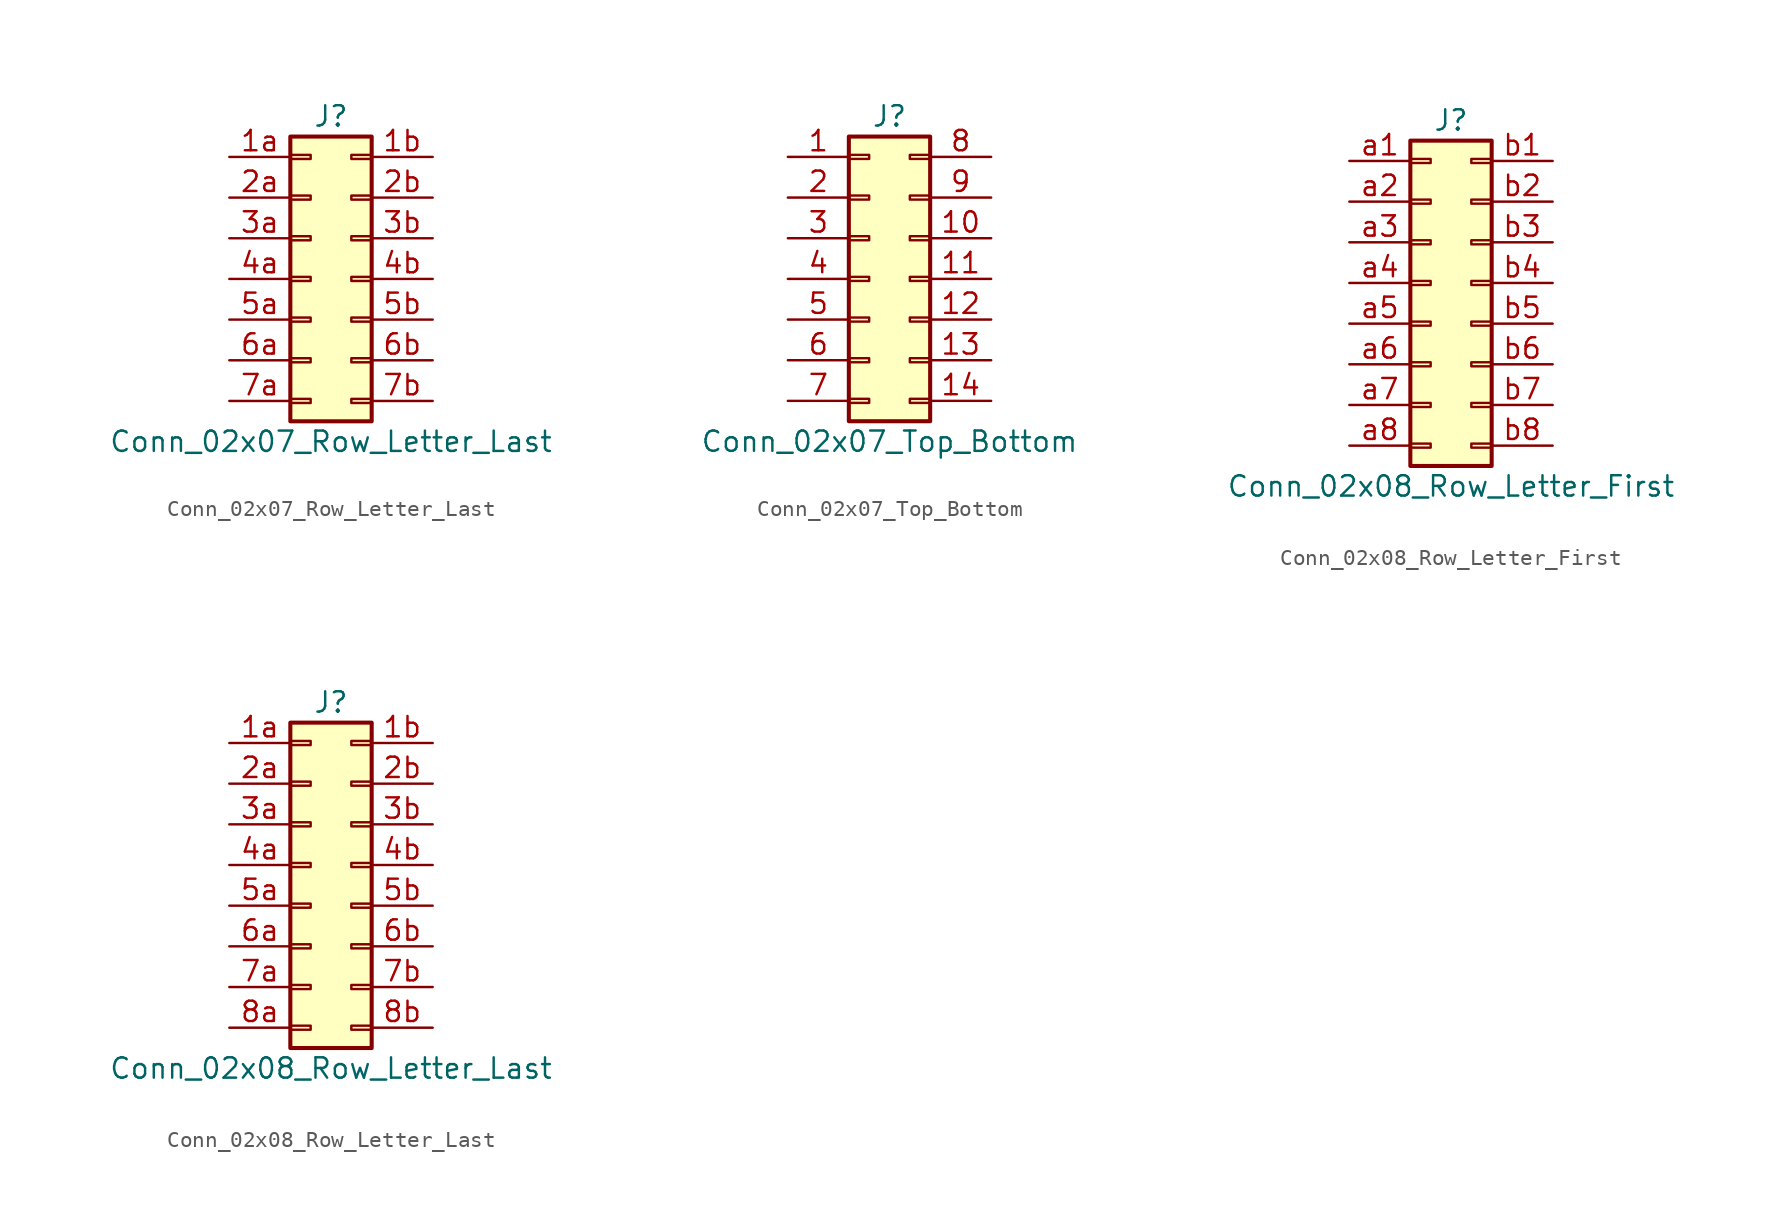
<source format=kicad_sym>
(kicad_symbol_lib
  (version 20220914)
  (generator kicad_symbol_editor)
  (symbol "Conn_02x07_Row_Letter_Last"
    (pin_names
      (offset 1.016) hide)
    (property "Reference" "J"
      (at 1.27 10.16 0)
      (effects (font (size 1.27 1.27))))
    (property "Value" "Conn_02x07_Row_Letter_Last"
      (at 1.27 -10.16 0)
      (effects (font (size 1.27 1.27))))
    (symbol "Conn_02x07_Row_Letter_Last_1_1"
      (rectangle (start -1.27 -7.493) (end 0 -7.747) (stroke (width 0.152) (type solid)) (fill (type none)))
      (rectangle (start -1.27 -4.953) (end 0 -5.207) (stroke (width 0.152) (type solid)) (fill (type none)))
      (rectangle (start -1.27 -2.413) (end 0 -2.667) (stroke (width 0.152) (type solid)) (fill (type none)))
      (rectangle (start -1.27 0.127) (end 0 -0.127) (stroke (width 0.152) (type solid)) (fill (type none)))
      (rectangle (start -1.27 2.667) (end 0 2.413) (stroke (width 0.152) (type solid)) (fill (type none)))
      (rectangle (start -1.27 5.207) (end 0 4.953) (stroke (width 0.152) (type solid)) (fill (type none)))
      (rectangle (start -1.27 7.747) (end 0 7.493) (stroke (width 0.152) (type solid)) (fill (type none)))
      (rectangle (start -1.27 8.89) (end 3.81 -8.89) (stroke (width 0.254) (type solid)) (fill (type background)))
      (rectangle (start 3.81 -7.493) (end 2.54 -7.747) (stroke (width 0.152) (type solid)) (fill (type none)))
      (rectangle (start 3.81 -4.953) (end 2.54 -5.207) (stroke (width 0.152) (type solid)) (fill (type none)))
      (rectangle (start 3.81 -2.413) (end 2.54 -2.667) (stroke (width 0.152) (type solid)) (fill (type none)))
      (rectangle (start 3.81 0.127) (end 2.54 -0.127) (stroke (width 0.152) (type solid)) (fill (type none)))
      (rectangle (start 3.81 2.667) (end 2.54 2.413) (stroke (width 0.152) (type solid)) (fill (type none)))
      (rectangle (start 3.81 5.207) (end 2.54 4.953) (stroke (width 0.152) (type solid)) (fill (type none)))
      (rectangle (start 3.81 7.747) (end 2.54 7.493) (stroke (width 0.152) (type solid)) (fill (type none)))
      (pin passive line (at -5.08 7.62 0) (length 3.81) (name "Pin_1a" (effects (font (size 1.27 1.27)))) (number "1a" (effects (font (size 1.27 1.27)))))
      (pin passive line (at 7.62 7.62 180) (length 3.81) (name "Pin_1b" (effects (font (size 1.27 1.27)))) (number "1b" (effects (font (size 1.27 1.27)))))
      (pin passive line (at -5.08 5.08 0) (length 3.81) (name "Pin_2a" (effects (font (size 1.27 1.27)))) (number "2a" (effects (font (size 1.27 1.27)))))
      (pin passive line (at 7.62 5.08 180) (length 3.81) (name "Pin_2b" (effects (font (size 1.27 1.27)))) (number "2b" (effects (font (size 1.27 1.27)))))
      (pin passive line (at -5.08 2.54 0) (length 3.81) (name "Pin_3a" (effects (font (size 1.27 1.27)))) (number "3a" (effects (font (size 1.27 1.27)))))
      (pin passive line (at 7.62 2.54 180) (length 3.81) (name "Pin_3b" (effects (font (size 1.27 1.27)))) (number "3b" (effects (font (size 1.27 1.27)))))
      (pin passive line (at -5.08 0 0) (length 3.81) (name "Pin_4a" (effects (font (size 1.27 1.27)))) (number "4a" (effects (font (size 1.27 1.27)))))
      (pin passive line (at 7.62 0 180) (length 3.81) (name "Pin_4b" (effects (font (size 1.27 1.27)))) (number "4b" (effects (font (size 1.27 1.27)))))
      (pin passive line (at -5.08 -2.54 0) (length 3.81) (name "Pin_5a" (effects (font (size 1.27 1.27)))) (number "5a" (effects (font (size 1.27 1.27)))))
      (pin passive line (at 7.62 -2.54 180) (length 3.81) (name "Pin_5b" (effects (font (size 1.27 1.27)))) (number "5b" (effects (font (size 1.27 1.27)))))
      (pin passive line (at -5.08 -5.08 0) (length 3.81) (name "Pin_6a" (effects (font (size 1.27 1.27)))) (number "6a" (effects (font (size 1.27 1.27)))))
      (pin passive line (at 7.62 -5.08 180) (length 3.81) (name "Pin_6b" (effects (font (size 1.27 1.27)))) (number "6b" (effects (font (size 1.27 1.27)))))
      (pin passive line (at -5.08 -7.62 0) (length 3.81) (name "Pin_7a" (effects (font (size 1.27 1.27)))) (number "7a" (effects (font (size 1.27 1.27)))))
      (pin passive line (at 7.62 -7.62 180) (length 3.81) (name "Pin_7b" (effects (font (size 1.27 1.27)))) (number "7b" (effects (font (size 1.27 1.27)))))))
  (symbol "Conn_02x07_Top_Bottom"
    (pin_names
      (offset 1.016) hide)
    (property "Reference" "J"
      (at 1.27 10.16 0)
      (effects (font (size 1.27 1.27))))
    (property "Value" "Conn_02x07_Top_Bottom"
      (at 1.27 -10.16 0)
      (effects (font (size 1.27 1.27))))
    (symbol "Conn_02x07_Top_Bottom_1_1"
      (rectangle (start -1.27 -7.493) (end 0 -7.747) (stroke (width 0.152) (type solid)) (fill (type none)))
      (rectangle (start -1.27 -4.953) (end 0 -5.207) (stroke (width 0.152) (type solid)) (fill (type none)))
      (rectangle (start -1.27 -2.413) (end 0 -2.667) (stroke (width 0.152) (type solid)) (fill (type none)))
      (rectangle (start -1.27 0.127) (end 0 -0.127) (stroke (width 0.152) (type solid)) (fill (type none)))
      (rectangle (start -1.27 2.667) (end 0 2.413) (stroke (width 0.152) (type solid)) (fill (type none)))
      (rectangle (start -1.27 5.207) (end 0 4.953) (stroke (width 0.152) (type solid)) (fill (type none)))
      (rectangle (start -1.27 7.747) (end 0 7.493) (stroke (width 0.152) (type solid)) (fill (type none)))
      (rectangle (start -1.27 8.89) (end 3.81 -8.89) (stroke (width 0.254) (type solid)) (fill (type background)))
      (rectangle (start 3.81 -7.493) (end 2.54 -7.747) (stroke (width 0.152) (type solid)) (fill (type none)))
      (rectangle (start 3.81 -4.953) (end 2.54 -5.207) (stroke (width 0.152) (type solid)) (fill (type none)))
      (rectangle (start 3.81 -2.413) (end 2.54 -2.667) (stroke (width 0.152) (type solid)) (fill (type none)))
      (rectangle (start 3.81 0.127) (end 2.54 -0.127) (stroke (width 0.152) (type solid)) (fill (type none)))
      (rectangle (start 3.81 2.667) (end 2.54 2.413) (stroke (width 0.152) (type solid)) (fill (type none)))
      (rectangle (start 3.81 5.207) (end 2.54 4.953) (stroke (width 0.152) (type solid)) (fill (type none)))
      (rectangle (start 3.81 7.747) (end 2.54 7.493) (stroke (width 0.152) (type solid)) (fill (type none)))
      (pin passive line (at -5.08 7.62 0) (length 3.81) (name "Pin_1" (effects (font (size 1.27 1.27)))) (number "1" (effects (font (size 1.27 1.27)))))
      (pin passive line (at 7.62 2.54 180) (length 3.81) (name "Pin_10" (effects (font (size 1.27 1.27)))) (number "10" (effects (font (size 1.27 1.27)))))
      (pin passive line (at 7.62 0 180) (length 3.81) (name "Pin_11" (effects (font (size 1.27 1.27)))) (number "11" (effects (font (size 1.27 1.27)))))
      (pin passive line (at 7.62 -2.54 180) (length 3.81) (name "Pin_12" (effects (font (size 1.27 1.27)))) (number "12" (effects (font (size 1.27 1.27)))))
      (pin passive line (at 7.62 -5.08 180) (length 3.81) (name "Pin_13" (effects (font (size 1.27 1.27)))) (number "13" (effects (font (size 1.27 1.27)))))
      (pin passive line (at 7.62 -7.62 180) (length 3.81) (name "Pin_14" (effects (font (size 1.27 1.27)))) (number "14" (effects (font (size 1.27 1.27)))))
      (pin passive line (at -5.08 5.08 0) (length 3.81) (name "Pin_2" (effects (font (size 1.27 1.27)))) (number "2" (effects (font (size 1.27 1.27)))))
      (pin passive line (at -5.08 2.54 0) (length 3.81) (name "Pin_3" (effects (font (size 1.27 1.27)))) (number "3" (effects (font (size 1.27 1.27)))))
      (pin passive line (at -5.08 0 0) (length 3.81) (name "Pin_4" (effects (font (size 1.27 1.27)))) (number "4" (effects (font (size 1.27 1.27)))))
      (pin passive line (at -5.08 -2.54 0) (length 3.81) (name "Pin_5" (effects (font (size 1.27 1.27)))) (number "5" (effects (font (size 1.27 1.27)))))
      (pin passive line (at -5.08 -5.08 0) (length 3.81) (name "Pin_6" (effects (font (size 1.27 1.27)))) (number "6" (effects (font (size 1.27 1.27)))))
      (pin passive line (at -5.08 -7.62 0) (length 3.81) (name "Pin_7" (effects (font (size 1.27 1.27)))) (number "7" (effects (font (size 1.27 1.27)))))
      (pin passive line (at 7.62 7.62 180) (length 3.81) (name "Pin_8" (effects (font (size 1.27 1.27)))) (number "8" (effects (font (size 1.27 1.27)))))
      (pin passive line (at 7.62 5.08 180) (length 3.81) (name "Pin_9" (effects (font (size 1.27 1.27)))) (number "9" (effects (font (size 1.27 1.27)))))))
  (symbol "Conn_02x08_Row_Letter_First"
    (pin_names
      (offset 1.016) hide)
    (property "Reference" "J"
      (at 1.27 10.16 0)
      (effects (font (size 1.27 1.27))))
    (property "Value" "Conn_02x08_Row_Letter_First"
      (at 1.27 -12.7 0)
      (effects (font (size 1.27 1.27))))
    (symbol "Conn_02x08_Row_Letter_First_1_1"
      (rectangle (start -1.27 -10.033) (end 0 -10.287) (stroke (width 0.152) (type solid)) (fill (type none)))
      (rectangle (start -1.27 -7.493) (end 0 -7.747) (stroke (width 0.152) (type solid)) (fill (type none)))
      (rectangle (start -1.27 -4.953) (end 0 -5.207) (stroke (width 0.152) (type solid)) (fill (type none)))
      (rectangle (start -1.27 -2.413) (end 0 -2.667) (stroke (width 0.152) (type solid)) (fill (type none)))
      (rectangle (start -1.27 0.127) (end 0 -0.127) (stroke (width 0.152) (type solid)) (fill (type none)))
      (rectangle (start -1.27 2.667) (end 0 2.413) (stroke (width 0.152) (type solid)) (fill (type none)))
      (rectangle (start -1.27 5.207) (end 0 4.953) (stroke (width 0.152) (type solid)) (fill (type none)))
      (rectangle (start -1.27 7.747) (end 0 7.493) (stroke (width 0.152) (type solid)) (fill (type none)))
      (rectangle (start -1.27 8.89) (end 3.81 -11.43) (stroke (width 0.254) (type solid)) (fill (type background)))
      (rectangle (start 3.81 -10.033) (end 2.54 -10.287) (stroke (width 0.152) (type solid)) (fill (type none)))
      (rectangle (start 3.81 -7.493) (end 2.54 -7.747) (stroke (width 0.152) (type solid)) (fill (type none)))
      (rectangle (start 3.81 -4.953) (end 2.54 -5.207) (stroke (width 0.152) (type solid)) (fill (type none)))
      (rectangle (start 3.81 -2.413) (end 2.54 -2.667) (stroke (width 0.152) (type solid)) (fill (type none)))
      (rectangle (start 3.81 0.127) (end 2.54 -0.127) (stroke (width 0.152) (type solid)) (fill (type none)))
      (rectangle (start 3.81 2.667) (end 2.54 2.413) (stroke (width 0.152) (type solid)) (fill (type none)))
      (rectangle (start 3.81 5.207) (end 2.54 4.953) (stroke (width 0.152) (type solid)) (fill (type none)))
      (rectangle (start 3.81 7.747) (end 2.54 7.493) (stroke (width 0.152) (type solid)) (fill (type none)))
      (pin passive line (at -5.08 7.62 0) (length 3.81) (name "Pin_a1" (effects (font (size 1.27 1.27)))) (number "a1" (effects (font (size 1.27 1.27)))))
      (pin passive line (at -5.08 5.08 0) (length 3.81) (name "Pin_a2" (effects (font (size 1.27 1.27)))) (number "a2" (effects (font (size 1.27 1.27)))))
      (pin passive line (at -5.08 2.54 0) (length 3.81) (name "Pin_a3" (effects (font (size 1.27 1.27)))) (number "a3" (effects (font (size 1.27 1.27)))))
      (pin passive line (at -5.08 0 0) (length 3.81) (name "Pin_a4" (effects (font (size 1.27 1.27)))) (number "a4" (effects (font (size 1.27 1.27)))))
      (pin passive line (at -5.08 -2.54 0) (length 3.81) (name "Pin_a5" (effects (font (size 1.27 1.27)))) (number "a5" (effects (font (size 1.27 1.27)))))
      (pin passive line (at -5.08 -5.08 0) (length 3.81) (name "Pin_a6" (effects (font (size 1.27 1.27)))) (number "a6" (effects (font (size 1.27 1.27)))))
      (pin passive line (at -5.08 -7.62 0) (length 3.81) (name "Pin_a7" (effects (font (size 1.27 1.27)))) (number "a7" (effects (font (size 1.27 1.27)))))
      (pin passive line (at -5.08 -10.16 0) (length 3.81) (name "Pin_a8" (effects (font (size 1.27 1.27)))) (number "a8" (effects (font (size 1.27 1.27)))))
      (pin passive line (at 7.62 7.62 180) (length 3.81) (name "Pin_b1" (effects (font (size 1.27 1.27)))) (number "b1" (effects (font (size 1.27 1.27)))))
      (pin passive line (at 7.62 5.08 180) (length 3.81) (name "Pin_b2" (effects (font (size 1.27 1.27)))) (number "b2" (effects (font (size 1.27 1.27)))))
      (pin passive line (at 7.62 2.54 180) (length 3.81) (name "Pin_b3" (effects (font (size 1.27 1.27)))) (number "b3" (effects (font (size 1.27 1.27)))))
      (pin passive line (at 7.62 0 180) (length 3.81) (name "Pin_b4" (effects (font (size 1.27 1.27)))) (number "b4" (effects (font (size 1.27 1.27)))))
      (pin passive line (at 7.62 -2.54 180) (length 3.81) (name "Pin_b5" (effects (font (size 1.27 1.27)))) (number "b5" (effects (font (size 1.27 1.27)))))
      (pin passive line (at 7.62 -5.08 180) (length 3.81) (name "Pin_b6" (effects (font (size 1.27 1.27)))) (number "b6" (effects (font (size 1.27 1.27)))))
      (pin passive line (at 7.62 -7.62 180) (length 3.81) (name "Pin_b7" (effects (font (size 1.27 1.27)))) (number "b7" (effects (font (size 1.27 1.27)))))
      (pin passive line (at 7.62 -10.16 180) (length 3.81) (name "Pin_b8" (effects (font (size 1.27 1.27)))) (number "b8" (effects (font (size 1.27 1.27)))))))
  (symbol "Conn_02x08_Row_Letter_Last"
    (pin_names
      (offset 1.016) hide)
    (property "Reference" "J"
      (at 1.27 10.16 0)
      (effects (font (size 1.27 1.27))))
    (property "Value" "Conn_02x08_Row_Letter_Last"
      (at 1.27 -12.7 0)
      (effects (font (size 1.27 1.27))))
    (symbol "Conn_02x08_Row_Letter_Last_1_1"
      (rectangle (start -1.27 -10.033) (end 0 -10.287) (stroke (width 0.152) (type solid)) (fill (type none)))
      (rectangle (start -1.27 -7.493) (end 0 -7.747) (stroke (width 0.152) (type solid)) (fill (type none)))
      (rectangle (start -1.27 -4.953) (end 0 -5.207) (stroke (width 0.152) (type solid)) (fill (type none)))
      (rectangle (start -1.27 -2.413) (end 0 -2.667) (stroke (width 0.152) (type solid)) (fill (type none)))
      (rectangle (start -1.27 0.127) (end 0 -0.127) (stroke (width 0.152) (type solid)) (fill (type none)))
      (rectangle (start -1.27 2.667) (end 0 2.413) (stroke (width 0.152) (type solid)) (fill (type none)))
      (rectangle (start -1.27 5.207) (end 0 4.953) (stroke (width 0.152) (type solid)) (fill (type none)))
      (rectangle (start -1.27 7.747) (end 0 7.493) (stroke (width 0.152) (type solid)) (fill (type none)))
      (rectangle (start -1.27 8.89) (end 3.81 -11.43) (stroke (width 0.254) (type solid)) (fill (type background)))
      (rectangle (start 3.81 -10.033) (end 2.54 -10.287) (stroke (width 0.152) (type solid)) (fill (type none)))
      (rectangle (start 3.81 -7.493) (end 2.54 -7.747) (stroke (width 0.152) (type solid)) (fill (type none)))
      (rectangle (start 3.81 -4.953) (end 2.54 -5.207) (stroke (width 0.152) (type solid)) (fill (type none)))
      (rectangle (start 3.81 -2.413) (end 2.54 -2.667) (stroke (width 0.152) (type solid)) (fill (type none)))
      (rectangle (start 3.81 0.127) (end 2.54 -0.127) (stroke (width 0.152) (type solid)) (fill (type none)))
      (rectangle (start 3.81 2.667) (end 2.54 2.413) (stroke (width 0.152) (type solid)) (fill (type none)))
      (rectangle (start 3.81 5.207) (end 2.54 4.953) (stroke (width 0.152) (type solid)) (fill (type none)))
      (rectangle (start 3.81 7.747) (end 2.54 7.493) (stroke (width 0.152) (type solid)) (fill (type none)))
      (pin passive line (at -5.08 7.62 0) (length 3.81) (name "Pin_1a" (effects (font (size 1.27 1.27)))) (number "1a" (effects (font (size 1.27 1.27)))))
      (pin passive line (at 7.62 7.62 180) (length 3.81) (name "Pin_1b" (effects (font (size 1.27 1.27)))) (number "1b" (effects (font (size 1.27 1.27)))))
      (pin passive line (at -5.08 5.08 0) (length 3.81) (name "Pin_2a" (effects (font (size 1.27 1.27)))) (number "2a" (effects (font (size 1.27 1.27)))))
      (pin passive line (at 7.62 5.08 180) (length 3.81) (name "Pin_2b" (effects (font (size 1.27 1.27)))) (number "2b" (effects (font (size 1.27 1.27)))))
      (pin passive line (at -5.08 2.54 0) (length 3.81) (name "Pin_3a" (effects (font (size 1.27 1.27)))) (number "3a" (effects (font (size 1.27 1.27)))))
      (pin passive line (at 7.62 2.54 180) (length 3.81) (name "Pin_3b" (effects (font (size 1.27 1.27)))) (number "3b" (effects (font (size 1.27 1.27)))))
      (pin passive line (at -5.08 0 0) (length 3.81) (name "Pin_4a" (effects (font (size 1.27 1.27)))) (number "4a" (effects (font (size 1.27 1.27)))))
      (pin passive line (at 7.62 0 180) (length 3.81) (name "Pin_4b" (effects (font (size 1.27 1.27)))) (number "4b" (effects (font (size 1.27 1.27)))))
      (pin passive line (at -5.08 -2.54 0) (length 3.81) (name "Pin_5a" (effects (font (size 1.27 1.27)))) (number "5a" (effects (font (size 1.27 1.27)))))
      (pin passive line (at 7.62 -2.54 180) (length 3.81) (name "Pin_5b" (effects (font (size 1.27 1.27)))) (number "5b" (effects (font (size 1.27 1.27)))))
      (pin passive line (at -5.08 -5.08 0) (length 3.81) (name "Pin_6a" (effects (font (size 1.27 1.27)))) (number "6a" (effects (font (size 1.27 1.27)))))
      (pin passive line (at 7.62 -5.08 180) (length 3.81) (name "Pin_6b" (effects (font (size 1.27 1.27)))) (number "6b" (effects (font (size 1.27 1.27)))))
      (pin passive line (at -5.08 -7.62 0) (length 3.81) (name "Pin_7a" (effects (font (size 1.27 1.27)))) (number "7a" (effects (font (size 1.27 1.27)))))
      (pin passive line (at 7.62 -7.62 180) (length 3.81) (name "Pin_7b" (effects (font (size 1.27 1.27)))) (number "7b" (effects (font (size 1.27 1.27)))))
      (pin passive line (at -5.08 -10.16 0) (length 3.81) (name "Pin_8a" (effects (font (size 1.27 1.27)))) (number "8a" (effects (font (size 1.27 1.27)))))
      (pin passive line (at 7.62 -10.16 180) (length 3.81) (name "Pin_8b" (effects (font (size 1.27 1.27)))) (number "8b" (effects (font (size 1.27 1.27))))))))
</source>
